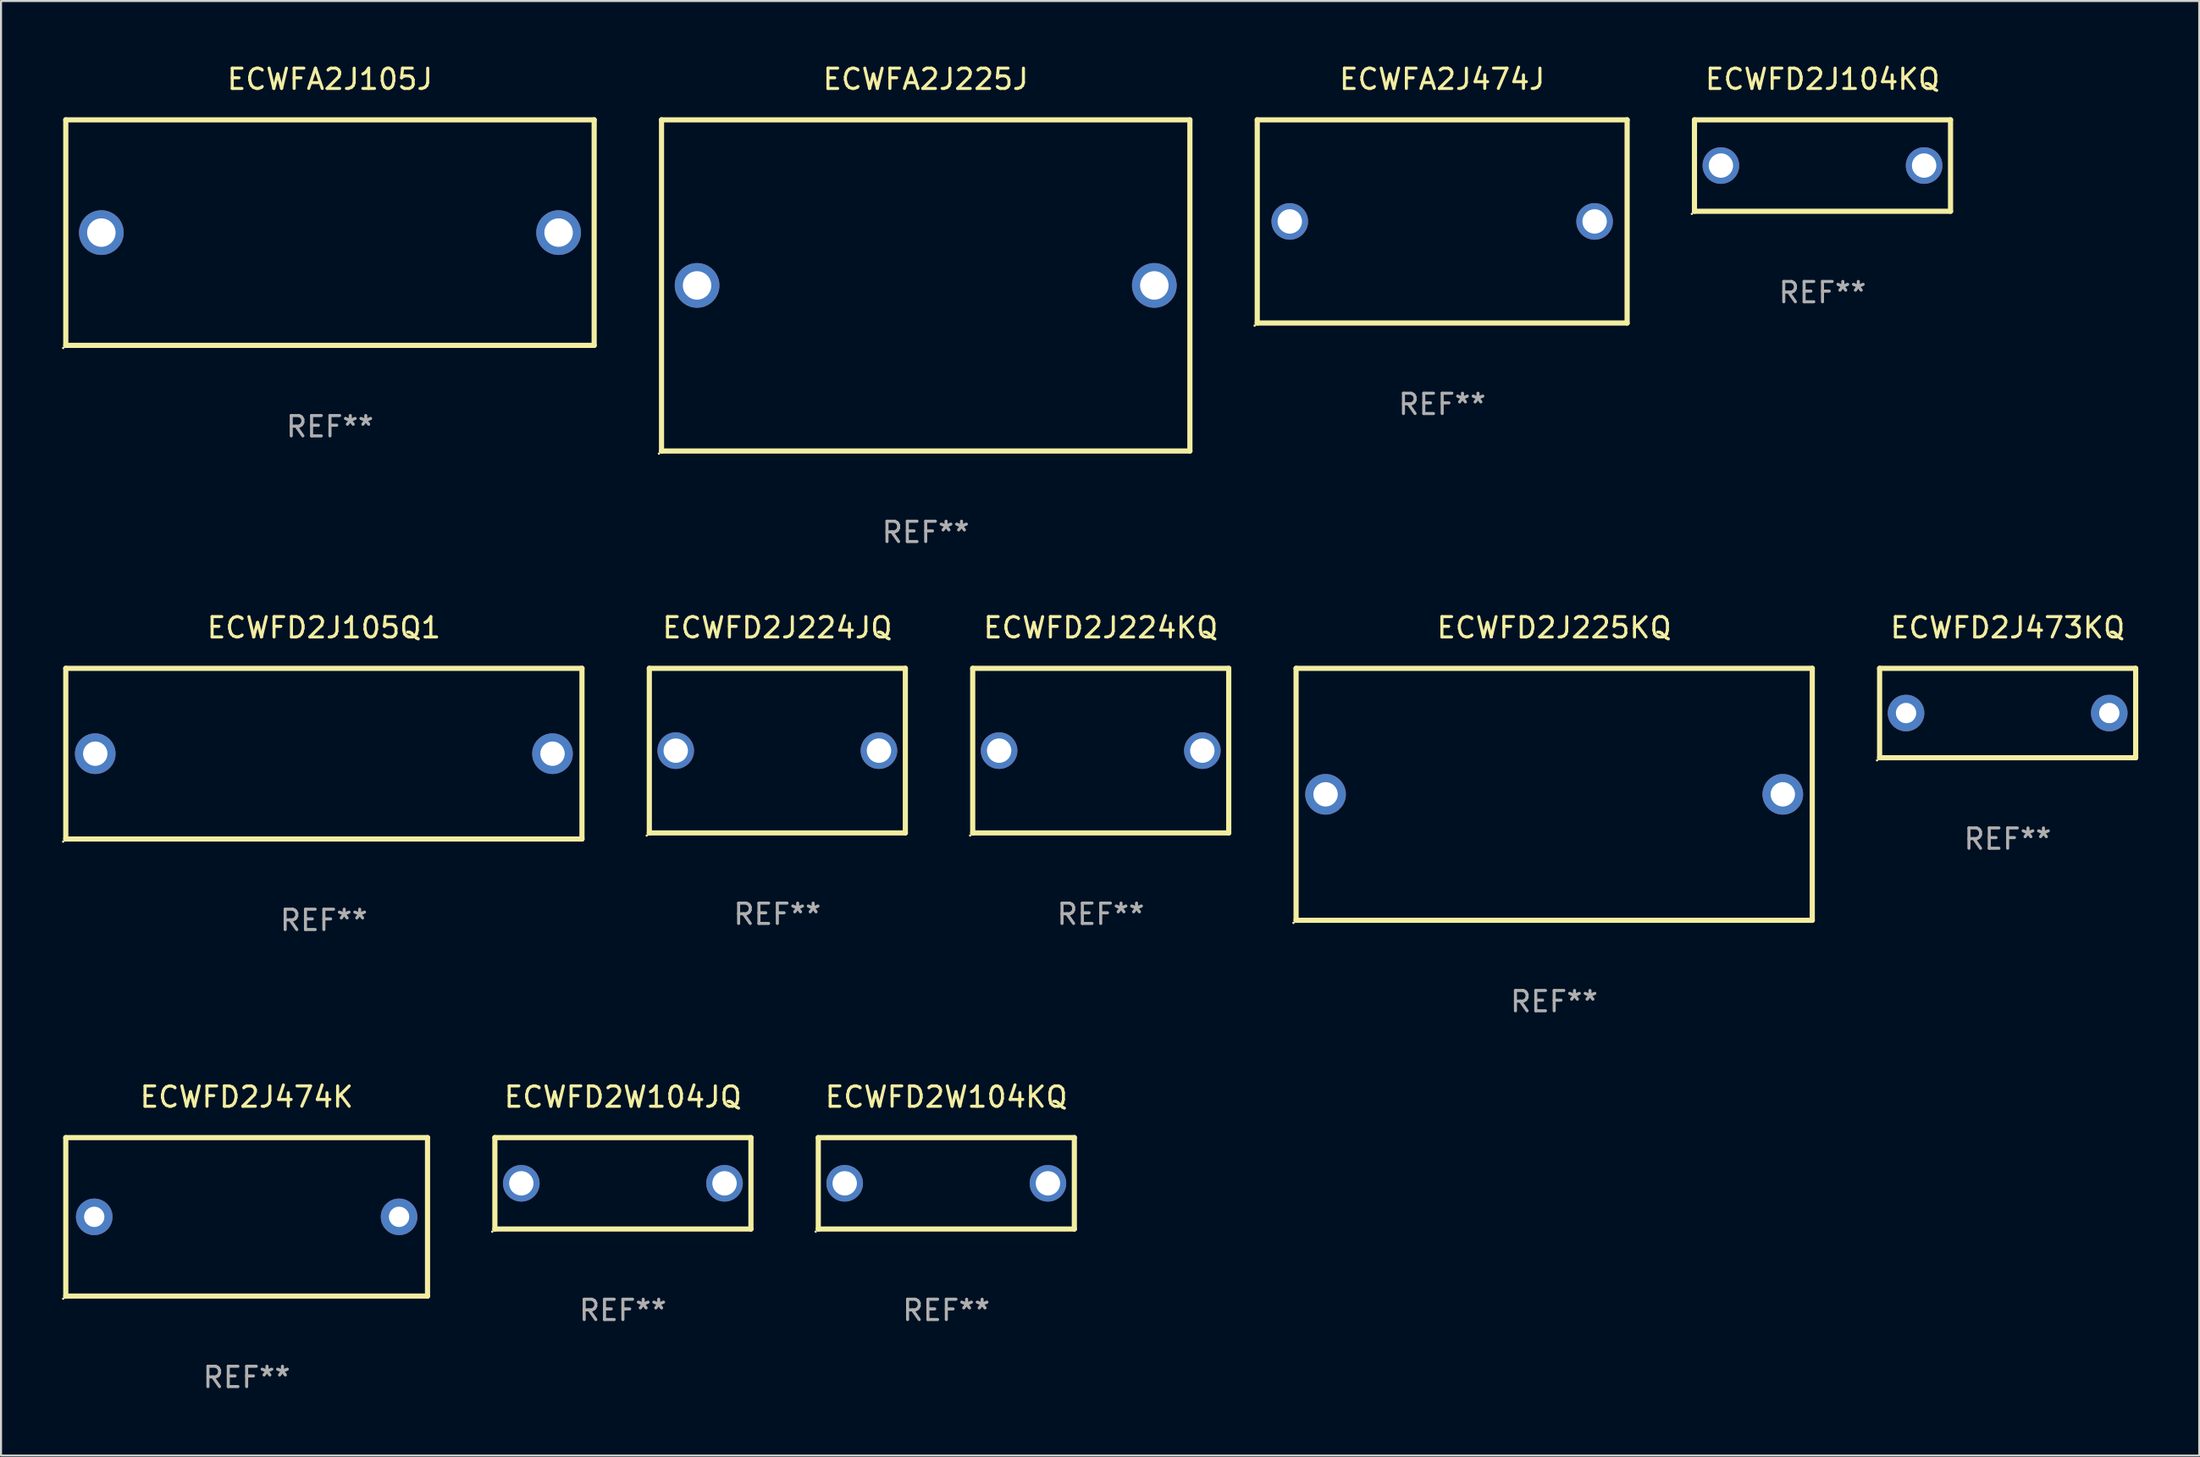
<source format=kicad_pcb>
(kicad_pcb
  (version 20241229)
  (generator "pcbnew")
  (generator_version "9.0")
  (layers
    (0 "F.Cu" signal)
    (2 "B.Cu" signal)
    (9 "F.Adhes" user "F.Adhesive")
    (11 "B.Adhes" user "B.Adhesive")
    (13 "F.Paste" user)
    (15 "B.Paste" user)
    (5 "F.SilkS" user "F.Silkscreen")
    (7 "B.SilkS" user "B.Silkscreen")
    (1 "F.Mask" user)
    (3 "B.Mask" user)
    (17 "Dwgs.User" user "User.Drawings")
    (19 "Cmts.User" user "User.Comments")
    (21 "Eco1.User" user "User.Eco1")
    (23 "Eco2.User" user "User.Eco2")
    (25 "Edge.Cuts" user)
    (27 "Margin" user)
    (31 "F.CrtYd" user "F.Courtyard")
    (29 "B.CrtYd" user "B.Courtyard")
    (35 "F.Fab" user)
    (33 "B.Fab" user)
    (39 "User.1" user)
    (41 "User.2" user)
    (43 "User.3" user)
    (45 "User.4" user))
  (footprint "ECWFD2J105Q1"
    (layer "F.Cu")
    (at 12.887 34.045)
    (property "Reference" "ECWFD2J105Q1" (at 0 -6.2 0) (layer "F.SilkS") (effects (font (size 1 1) (thickness 0.15))))
    (attr through_hole)
    (fp_line (start -12.7 -4.2) (end 12.7 -4.2) (stroke (width 0.254) (type solid)) (layer "F.SilkS"))
    (fp_line (start -12.7 4.2) (end -12.7 -4.2) (stroke (width 0.254) (type solid)) (layer "F.SilkS"))
    (fp_line (start 12.7 4.2) (end -12.7 4.2) (stroke (width 0.254) (type solid)) (layer "F.SilkS"))
    (fp_line (start 12.7 4.2) (end 12.7 -4.2) (stroke (width 0.254) (type solid)) (layer "F.SilkS"))
    (fp_circle (center -12.827 4.327) (end -12.797 4.327) (stroke (width 0.06) (type solid)) (fill no) (layer "F.SilkS"))
    (fp_text user "REF**" (at 0 8.2 0) (layer "F.Fab") (effects (font (size 1 1) (thickness 0.15))))
    (pad "1" thru_hole circle (at -11.25 0) (size 2 2) (drill 1.2) (layers "*.Cu" "*.Mask"))
    (pad "2" thru_hole circle (at 11.25 0) (size 2 2) (drill 1.2) (layers "*.Cu" "*.Mask")))
  (footprint "ECWFA2J105J"
    (layer "F.Cu")
    (at 13.187 8.398)
    (property "Reference" "ECWFA2J105J" (at 0 -7.55 0) (layer "F.SilkS") (effects (font (size 1 1) (thickness 0.15))))
    (attr through_hole)
    (fp_line (start -13 -5.55) (end 13 -5.55) (stroke (width 0.254) (type solid)) (layer "F.SilkS"))
    (fp_line (start -13 5.55) (end -13 -5.55) (stroke (width 0.254) (type solid)) (layer "F.SilkS"))
    (fp_line (start 13 -5.55) (end 13 5.55) (stroke (width 0.254) (type solid)) (layer "F.SilkS"))
    (fp_line (start 13 5.55) (end -13 5.55) (stroke (width 0.254) (type solid)) (layer "F.SilkS"))
    (fp_circle (center -13.127 5.677) (end -13.097 5.677) (stroke (width 0.06) (type solid)) (fill no) (layer "F.SilkS"))
    (fp_text user "REF**" (at 0 9.55 0) (layer "F.Fab") (effects (font (size 1 1) (thickness 0.15))))
    (pad "1" thru_hole circle (at -11.25 0) (size 2.2 2.2) (drill 1.4) (layers "*.Cu" "*.Mask"))
    (pad "2" thru_hole circle (at 11.25 0) (size 2.2 2.2) (drill 1.4) (layers "*.Cu" "*.Mask")))
  (footprint "ECWFD2W104JQ"
    (layer "F.Cu")
    (at 27.601 55.191)
    (property "Reference" "ECWFD2W104JQ" (at 0 -4.25 0) (layer "F.SilkS") (effects (font (size 1 1) (thickness 0.15))))
    (attr through_hole)
    (fp_line (start -6.3 -2.25) (end 6.3 -2.25) (stroke (width 0.254) (type solid)) (layer "F.SilkS"))
    (fp_line (start -6.3 2.25) (end -6.3 -2.25) (stroke (width 0.254) (type solid)) (layer "F.SilkS"))
    (fp_line (start 6.3 -2.25) (end 6.3 2.25) (stroke (width 0.254) (type solid)) (layer "F.SilkS"))
    (fp_line (start 6.3 2.25) (end -6.3 2.25) (stroke (width 0.254) (type solid)) (layer "F.SilkS"))
    (fp_circle (center -6.427 2.377) (end -6.397 2.377) (stroke (width 0.06) (type solid)) (fill no) (layer "F.SilkS"))
    (fp_text user "REF**" (at 0 6.25 0) (layer "F.Fab") (effects (font (size 1 1) (thickness 0.15))))
    (pad "1" thru_hole circle (at -5 -0.000013) (size 1.8 1.8) (drill 1.2) (layers "*.Cu" "*.Mask"))
    (pad "2" thru_hole circle (at 5 -0.000013) (size 1.8 1.8) (drill 1.2) (layers "*.Cu" "*.Mask")))
  (footprint "ECWFD2J474K"
    (layer "F.Cu")
    (at 9.087 56.841)
    (property "Reference" "ECWFD2J474K" (at 0 -5.9 0) (layer "F.SilkS") (effects (font (size 1 1) (thickness 0.15))))
    (attr through_hole)
    (fp_line (start -8.9 -3.9) (end -8.9 3.9) (stroke (width 0.254) (type solid)) (layer "F.SilkS"))
    (fp_line (start -8.9 -3.9) (end 8.9 -3.9) (stroke (width 0.254) (type solid)) (layer "F.SilkS"))
    (fp_line (start -8.9 3.9) (end 8.9 3.9) (stroke (width 0.254) (type solid)) (layer "F.SilkS"))
    (fp_line (start 8.9 -3.9) (end 8.9 3.9) (stroke (width 0.254) (type solid)) (layer "F.SilkS"))
    (fp_circle (center -9.027 4.027) (end -8.997 4.027) (stroke (width 0.06) (type solid)) (fill no) (layer "F.SilkS"))
    (fp_text user "REF**" (at 0 7.9 0) (layer "F.Fab") (effects (font (size 1 1) (thickness 0.15))))
    (pad "1" thru_hole circle (at -7.5 0) (size 1.8 1.8) (drill 1) (layers "*.Cu" "*.Mask"))
    (pad "2" thru_hole circle (at 7.5 0) (size 1.8 1.8) (drill 1) (layers "*.Cu" "*.Mask")))
  (footprint "ECWFD2J473KQ"
    (layer "F.Cu")
    (at 95.74 32.045)
    (property "Reference" "ECWFD2J473KQ" (at 0 -4.2 0) (layer "F.SilkS") (effects (font (size 1 1) (thickness 0.15))))
    (attr through_hole)
    (fp_line (start -6.3 -2.2) (end 6.3 -2.2) (stroke (width 0.254) (type solid)) (layer "F.SilkS"))
    (fp_line (start -6.3 2.2) (end -6.3 -2.2) (stroke (width 0.254) (type solid)) (layer "F.SilkS"))
    (fp_line (start 6.3 -2.2) (end 6.3 2.2) (stroke (width 0.254) (type solid)) (layer "F.SilkS"))
    (fp_line (start 6.3 2.2) (end -6.3 2.2) (stroke (width 0.254) (type solid)) (layer "F.SilkS"))
    (fp_circle (center -6.427 2.327) (end -6.397 2.327) (stroke (width 0.06) (type solid)) (fill no) (layer "F.SilkS"))
    (fp_text user "REF**" (at 0 6.2 0) (layer "F.Fab") (effects (font (size 1 1) (thickness 0.15))))
    (pad "1" thru_hole circle (at -5 0) (size 1.8 1.8) (drill 1) (layers "*.Cu" "*.Mask"))
    (pad "2" thru_hole circle (at 5 0) (size 1.8 1.8) (drill 1) (layers "*.Cu" "*.Mask")))
  (footprint "ECWFD2J225KQ"
    (layer "F.Cu")
    (at 73.426 36.045)
    (property "Reference" "ECWFD2J225KQ" (at 0 -8.2 0) (layer "F.SilkS") (effects (font (size 1 1) (thickness 0.15))))
    (attr through_hole)
    (fp_line (start -12.7 -6.2) (end 12.7 -6.2) (stroke (width 0.254) (type solid)) (layer "F.SilkS"))
    (fp_line (start -12.7 6.2) (end -12.7 -6.2) (stroke (width 0.254) (type solid)) (layer "F.SilkS"))
    (fp_line (start 12.7 -6.2) (end 12.7 6.2) (stroke (width 0.254) (type solid)) (layer "F.SilkS"))
    (fp_line (start 12.7 6.2) (end -12.7 6.2) (stroke (width 0.254) (type solid)) (layer "F.SilkS"))
    (fp_circle (center -12.827 6.327) (end -12.797 6.327) (stroke (width 0.06) (type solid)) (fill no) (layer "F.SilkS"))
    (fp_text user "REF**" (at 0 10.2 0) (layer "F.Fab") (effects (font (size 1 1) (thickness 0.15))))
    (pad "1" thru_hole circle (at -11.25 0) (size 2 2) (drill 1.2) (layers "*.Cu" "*.Mask"))
    (pad "2" thru_hole circle (at 11.25 0) (size 2 2) (drill 1.2) (layers "*.Cu" "*.Mask")))
  (footprint "ECWFA2J225J"
    (layer "F.Cu")
    (at 42.501 10.998)
    (property "Reference" "ECWFA2J225J" (at 0 -10.15 0) (layer "F.SilkS") (effects (font (size 1 1) (thickness 0.15))))
    (attr through_hole)
    (fp_line (start -13 -8.15) (end 13 -8.15) (stroke (width 0.254) (type solid)) (layer "F.SilkS"))
    (fp_line (start -13 8.15) (end -13 -8.15) (stroke (width 0.254) (type solid)) (layer "F.SilkS"))
    (fp_line (start 13 -8.15) (end 13 8.15) (stroke (width 0.254) (type solid)) (layer "F.SilkS"))
    (fp_line (start 13 8.15) (end -13 8.15) (stroke (width 0.254) (type solid)) (layer "F.SilkS"))
    (fp_circle (center -13.127 8.277) (end -13.097 8.277) (stroke (width 0.06) (type solid)) (fill no) (layer "F.SilkS"))
    (fp_text user "REF**" (at 0 12.15 0) (layer "F.Fab") (effects (font (size 1 1) (thickness 0.15))))
    (pad "1" thru_hole circle (at -11.25 -0.000025) (size 2.2 2.2) (drill 1.4) (layers "*.Cu" "*.Mask"))
    (pad "2" thru_hole circle (at 11.25 -0.000025) (size 2.2 2.2) (drill 1.4) (layers "*.Cu" "*.Mask")))
  (footprint "ECWFD2J104KQ"
    (layer "F.Cu")
    (at 86.629 5.098)
    (property "Reference" "ECWFD2J104KQ" (at 0 -4.25 0) (layer "F.SilkS") (effects (font (size 1 1) (thickness 0.15))))
    (attr through_hole)
    (fp_line (start -6.3 -2.25) (end 6.3 -2.25) (stroke (width 0.254) (type solid)) (layer "F.SilkS"))
    (fp_line (start -6.3 2.25) (end -6.3 -2.25) (stroke (width 0.254) (type solid)) (layer "F.SilkS"))
    (fp_line (start 6.3 -2.25) (end 6.3 2.25) (stroke (width 0.254) (type solid)) (layer "F.SilkS"))
    (fp_line (start 6.3 2.25) (end -6.3 2.25) (stroke (width 0.254) (type solid)) (layer "F.SilkS"))
    (fp_circle (center -6.427 2.377) (end -6.397 2.377) (stroke (width 0.06) (type solid)) (fill no) (layer "F.SilkS"))
    (fp_text user "REF**" (at 0 6.25 0) (layer "F.Fab") (effects (font (size 1 1) (thickness 0.15))))
    (pad "1" thru_hole circle (at -5 -0.000013) (size 1.8 1.8) (drill 1.2) (layers "*.Cu" "*.Mask"))
    (pad "2" thru_hole circle (at 5 -0.000013) (size 1.8 1.8) (drill 1.2) (layers "*.Cu" "*.Mask")))
  (footprint "ECWFD2W104KQ"
    (layer "F.Cu")
    (at 43.515 55.191)
    (property "Reference" "ECWFD2W104KQ" (at 0 -4.25 0) (layer "F.SilkS") (effects (font (size 1 1) (thickness 0.15))))
    (attr through_hole)
    (fp_line (start -6.3 -2.25) (end 6.3 -2.25) (stroke (width 0.254) (type solid)) (layer "F.SilkS"))
    (fp_line (start -6.3 2.25) (end -6.3 -2.25) (stroke (width 0.254) (type solid)) (layer "F.SilkS"))
    (fp_line (start 6.3 -2.25) (end 6.3 2.25) (stroke (width 0.254) (type solid)) (layer "F.SilkS"))
    (fp_line (start 6.3 2.25) (end -6.3 2.25) (stroke (width 0.254) (type solid)) (layer "F.SilkS"))
    (fp_circle (center -6.427 2.377) (end -6.397 2.377) (stroke (width 0.06) (type solid)) (fill no) (layer "F.SilkS"))
    (fp_text user "REF**" (at 0 6.25 0) (layer "F.Fab") (effects (font (size 1 1) (thickness 0.15))))
    (pad "1" thru_hole circle (at -5 -0.000013) (size 1.8 1.8) (drill 1.2) (layers "*.Cu" "*.Mask"))
    (pad "2" thru_hole circle (at 5 -0.000013) (size 1.8 1.8) (drill 1.2) (layers "*.Cu" "*.Mask")))
  (footprint "ECWFA2J474J"
    (layer "F.Cu")
    (at 67.915 7.848)
    (property "Reference" "ECWFA2J474J" (at 0 -7 0) (layer "F.SilkS") (effects (font (size 1 1) (thickness 0.15))))
    (attr through_hole)
    (fp_line (start -9.1 -5) (end 9.1 -5) (stroke (width 0.254) (type solid)) (layer "F.SilkS"))
    (fp_line (start -9.1 5) (end -9.1 -5) (stroke (width 0.254) (type solid)) (layer "F.SilkS"))
    (fp_line (start 9.1 -5) (end 9.1 5) (stroke (width 0.254) (type solid)) (layer "F.SilkS"))
    (fp_line (start 9.1 5) (end -9.1 5) (stroke (width 0.254) (type solid)) (layer "F.SilkS"))
    (fp_circle (center -9.227 5.127) (end -9.197 5.127) (stroke (width 0.06) (type solid)) (fill no) (layer "F.SilkS"))
    (fp_text user "REF**" (at 0 9 0) (layer "F.Fab") (effects (font (size 1 1) (thickness 0.15))))
    (pad "1" thru_hole circle (at -7.5 0) (size 1.8 1.8) (drill 1.2) (layers "*.Cu" "*.Mask"))
    (pad "2" thru_hole circle (at 7.5 0) (size 1.8 1.8) (drill 1.2) (layers "*.Cu" "*.Mask")))
  (footprint "ECWFD2J224JQ"
    (layer "F.Cu")
    (at 35.2 33.895)
    (property "Reference" "ECWFD2J224JQ" (at 0 -6.05 0) (layer "F.SilkS") (effects (font (size 1 1) (thickness 0.15))))
    (attr through_hole)
    (fp_line (start -6.299 -4.05) (end 6.299 -4.05) (stroke (width 0.254) (type solid)) (layer "F.SilkS"))
    (fp_line (start -6.299 4.05) (end -6.299 -4.05) (stroke (width 0.254) (type solid)) (layer "F.SilkS"))
    (fp_line (start 6.299 -4.05) (end 6.299 4.05) (stroke (width 0.254) (type solid)) (layer "F.SilkS"))
    (fp_line (start 6.299 4.05) (end -6.299 4.05) (stroke (width 0.254) (type solid)) (layer "F.SilkS"))
    (fp_circle (center -6.426 4.177) (end -6.396 4.177) (stroke (width 0.06) (type solid)) (fill no) (layer "F.SilkS"))
    (fp_text user "REF**" (at 0 8.05 0) (layer "F.Fab") (effects (font (size 1 1) (thickness 0.15))))
    (pad "1" thru_hole circle (at -5 0) (size 1.8 1.8) (drill 1.2) (layers "*.Cu" "*.Mask"))
    (pad "2" thru_hole circle (at 5 0) (size 1.8 1.8) (drill 1.2) (layers "*.Cu" "*.Mask")))
  (footprint "ECWFD2J224KQ"
    (layer "F.Cu")
    (at 51.113 33.895)
    (property "Reference" "ECWFD2J224KQ" (at 0 -6.05 0) (layer "F.SilkS") (effects (font (size 1 1) (thickness 0.15))))
    (attr through_hole)
    (fp_line (start -6.299 -4.05) (end 6.299 -4.05) (stroke (width 0.254) (type solid)) (layer "F.SilkS"))
    (fp_line (start -6.299 4.05) (end -6.299 -4.05) (stroke (width 0.254) (type solid)) (layer "F.SilkS"))
    (fp_line (start 6.299 -4.05) (end 6.299 4.05) (stroke (width 0.254) (type solid)) (layer "F.SilkS"))
    (fp_line (start 6.299 4.05) (end -6.299 4.05) (stroke (width 0.254) (type solid)) (layer "F.SilkS"))
    (fp_circle (center -6.426 4.177) (end -6.396 4.177) (stroke (width 0.06) (type solid)) (fill no) (layer "F.SilkS"))
    (fp_text user "REF**" (at 0 8.05 0) (layer "F.Fab") (effects (font (size 1 1) (thickness 0.15))))
    (pad "1" thru_hole circle (at -5 0) (size 1.8 1.8) (drill 1.2) (layers "*.Cu" "*.Mask"))
    (pad "2" thru_hole circle (at 5 0) (size 1.8 1.8) (drill 1.2) (layers "*.Cu" "*.Mask")))
  (gr_rect
    (start -3 -3)
    (end 105.167 68.59)
    (stroke (width 0.1) (type default))
    (fill no)
    (layer "Edge.Cuts")))
</source>
